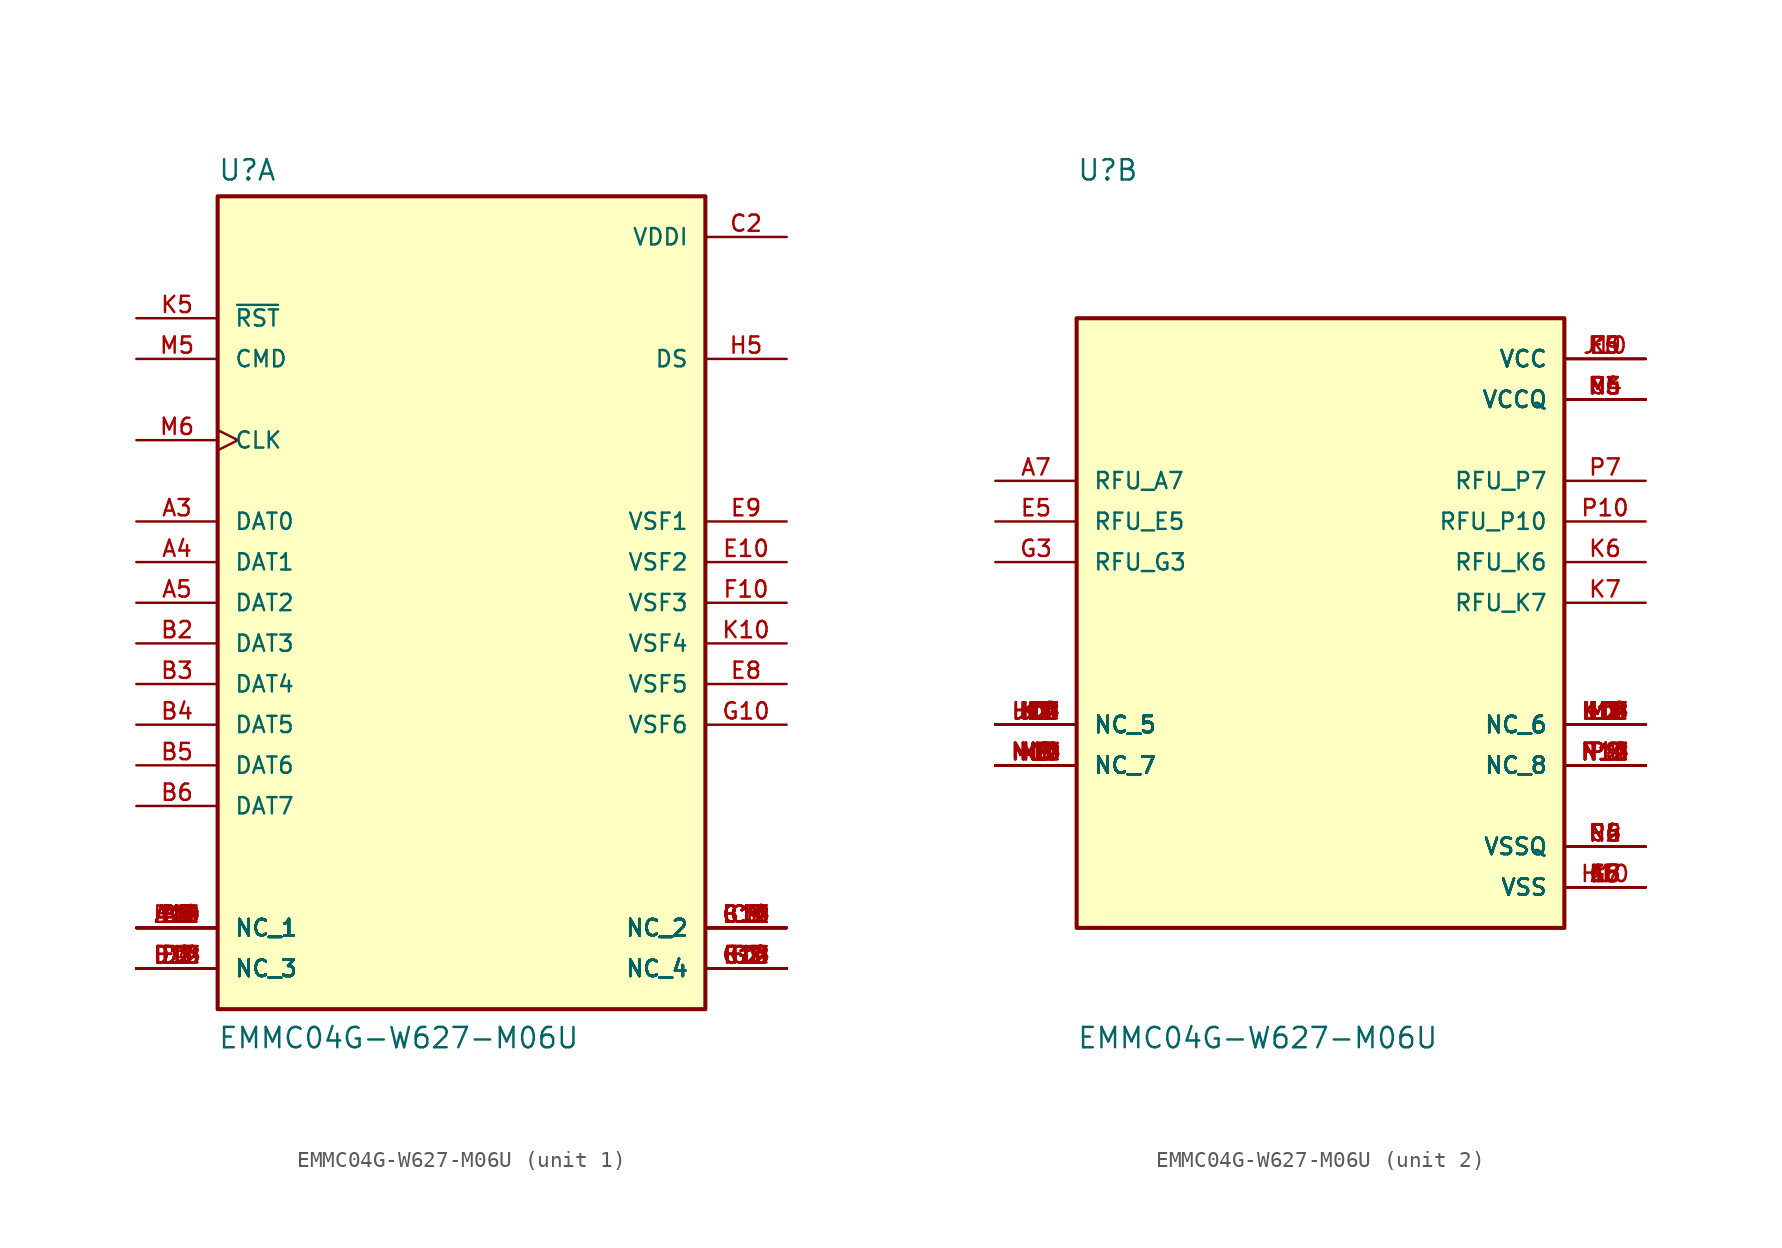
<source format=kicad_sym>
(kicad_symbol_lib
  (version 20211014)
  (generator kicad_symbol_editor)
  (symbol "EMMC04G-W627-M06U"
    (pin_names
      (offset 1.016))
    (property "Reference" "U"
      (at -15.24 26.289 0)
      (effects (font (size 1.27 1.27)) (justify bottom left)))
    (property "Value" "EMMC04G-W627-M06U"
      (at -15.24 -27.94 0)
      (effects (font (size 1.27 1.27)) (justify bottom left)))
    (symbol "EMMC04G-W627-M06U_1_0"
      (rectangle (start -15.24 -25.4) (end 15.24 25.4) (stroke (width 0.254)) (fill (type background)))
      (pin bidirectional line (at -20.32 5.08 0) (length 5.08) (name "DAT0" (effects (font (size 1.016 1.016)))) (number "A3" (effects (font (size 1.016 1.016)))))
      (pin bidirectional line (at -20.32 2.54 0) (length 5.08) (name "DAT1" (effects (font (size 1.016 1.016)))) (number "A4" (effects (font (size 1.016 1.016)))))
      (pin bidirectional line (at -20.32 0.0 0) (length 5.08) (name "DAT2" (effects (font (size 1.016 1.016)))) (number "A5" (effects (font (size 1.016 1.016)))))
      (pin bidirectional line (at -20.32 -2.54 0) (length 5.08) (name "DAT3" (effects (font (size 1.016 1.016)))) (number "B2" (effects (font (size 1.016 1.016)))))
      (pin bidirectional line (at -20.32 -5.08 0) (length 5.08) (name "DAT4" (effects (font (size 1.016 1.016)))) (number "B3" (effects (font (size 1.016 1.016)))))
      (pin bidirectional line (at -20.32 -7.62 0) (length 5.08) (name "DAT5" (effects (font (size 1.016 1.016)))) (number "B4" (effects (font (size 1.016 1.016)))))
      (pin bidirectional line (at -20.32 -10.16 0) (length 5.08) (name "DAT6" (effects (font (size 1.016 1.016)))) (number "B5" (effects (font (size 1.016 1.016)))))
      (pin bidirectional line (at -20.32 -12.7 0) (length 5.08) (name "DAT7" (effects (font (size 1.016 1.016)))) (number "B6" (effects (font (size 1.016 1.016)))))
      (pin bidirectional line (at -20.32 15.24 0) (length 5.08) (name "CMD" (effects (font (size 1.016 1.016)))) (number "M5" (effects (font (size 1.016 1.016)))))
      (pin input clock (at -20.32 10.16 0) (length 5.08) (name "CLK" (effects (font (size 1.016 1.016)))) (number "M6" (effects (font (size 1.016 1.016)))))
      (pin input line (at -20.32 17.78 0) (length 5.08) (name "~{RST}" (effects (font (size 1.016 1.016)))) (number "K5" (effects (font (size 1.016 1.016)))))
      (pin bidirectional line (at 20.32 15.24 180.0) (length 5.08) (name "DS" (effects (font (size 1.016 1.016)))) (number "H5" (effects (font (size 1.016 1.016)))))
      (pin bidirectional line (at 20.32 5.08 180.0) (length 5.08) (name "VSF1" (effects (font (size 1.016 1.016)))) (number "E9" (effects (font (size 1.016 1.016)))))
      (pin bidirectional line (at 20.32 2.54 180.0) (length 5.08) (name "VSF2" (effects (font (size 1.016 1.016)))) (number "E10" (effects (font (size 1.016 1.016)))))
      (pin bidirectional line (at 20.32 0.0 180.0) (length 5.08) (name "VSF3" (effects (font (size 1.016 1.016)))) (number "F10" (effects (font (size 1.016 1.016)))))
      (pin bidirectional line (at 20.32 -2.54 180.0) (length 5.08) (name "VSF4" (effects (font (size 1.016 1.016)))) (number "K10" (effects (font (size 1.016 1.016)))))
      (pin passive line (at 20.32 22.86 180.0) (length 5.08) (name "VDDI" (effects (font (size 1.016 1.016)))) (number "C2" (effects (font (size 1.016 1.016)))))
      (pin passive line (at -20.32 -20.32 0) (length 5.08) (name "NC_1" (effects (font (size 1.016 1.016)))) (number "A1" (effects (font (size 1.016 1.016)))))
      (pin passive line (at -20.32 -20.32 0) (length 5.08) (name "NC_1" (effects (font (size 1.016 1.016)))) (number "A2" (effects (font (size 1.016 1.016)))))
      (pin passive line (at -20.32 -20.32 0) (length 5.08) (name "NC_1" (effects (font (size 1.016 1.016)))) (number "A8" (effects (font (size 1.016 1.016)))))
      (pin passive line (at -20.32 -20.32 0) (length 5.08) (name "NC_1" (effects (font (size 1.016 1.016)))) (number "A9" (effects (font (size 1.016 1.016)))))
      (pin passive line (at -20.32 -20.32 0) (length 5.08) (name "NC_1" (effects (font (size 1.016 1.016)))) (number "A10" (effects (font (size 1.016 1.016)))))
      (pin passive line (at -20.32 -20.32 0) (length 5.08) (name "NC_1" (effects (font (size 1.016 1.016)))) (number "A11" (effects (font (size 1.016 1.016)))))
      (pin passive line (at -20.32 -20.32 0) (length 5.08) (name "NC_1" (effects (font (size 1.016 1.016)))) (number "A12" (effects (font (size 1.016 1.016)))))
      (pin passive line (at -20.32 -20.32 0) (length 5.08) (name "NC_1" (effects (font (size 1.016 1.016)))) (number "A13" (effects (font (size 1.016 1.016)))))
      (pin passive line (at -20.32 -20.32 0) (length 5.08) (name "NC_1" (effects (font (size 1.016 1.016)))) (number "A14" (effects (font (size 1.016 1.016)))))
      (pin passive line (at -20.32 -20.32 0) (length 5.08) (name "NC_1" (effects (font (size 1.016 1.016)))) (number "B1" (effects (font (size 1.016 1.016)))))
      (pin passive line (at -20.32 -20.32 0) (length 5.08) (name "NC_1" (effects (font (size 1.016 1.016)))) (number "B7" (effects (font (size 1.016 1.016)))))
      (pin passive line (at -20.32 -20.32 0) (length 5.08) (name "NC_1" (effects (font (size 1.016 1.016)))) (number "B8" (effects (font (size 1.016 1.016)))))
      (pin passive line (at -20.32 -20.32 0) (length 5.08) (name "NC_1" (effects (font (size 1.016 1.016)))) (number "B9" (effects (font (size 1.016 1.016)))))
      (pin passive line (at -20.32 -20.32 0) (length 5.08) (name "NC_1" (effects (font (size 1.016 1.016)))) (number "B10" (effects (font (size 1.016 1.016)))))
      (pin passive line (at 20.32 -20.32 180.0) (length 5.08) (name "NC_2" (effects (font (size 1.016 1.016)))) (number "B11" (effects (font (size 1.016 1.016)))))
      (pin passive line (at 20.32 -20.32 180.0) (length 5.08) (name "NC_2" (effects (font (size 1.016 1.016)))) (number "B12" (effects (font (size 1.016 1.016)))))
      (pin passive line (at 20.32 -20.32 180.0) (length 5.08) (name "NC_2" (effects (font (size 1.016 1.016)))) (number "B13" (effects (font (size 1.016 1.016)))))
      (pin passive line (at 20.32 -20.32 180.0) (length 5.08) (name "NC_2" (effects (font (size 1.016 1.016)))) (number "B14" (effects (font (size 1.016 1.016)))))
      (pin passive line (at 20.32 -20.32 180.0) (length 5.08) (name "NC_2" (effects (font (size 1.016 1.016)))) (number "C1" (effects (font (size 1.016 1.016)))))
      (pin passive line (at 20.32 -20.32 180.0) (length 5.08) (name "NC_2" (effects (font (size 1.016 1.016)))) (number "C3" (effects (font (size 1.016 1.016)))))
      (pin passive line (at 20.32 -20.32 180.0) (length 5.08) (name "NC_2" (effects (font (size 1.016 1.016)))) (number "C5" (effects (font (size 1.016 1.016)))))
      (pin passive line (at 20.32 -20.32 180.0) (length 5.08) (name "NC_2" (effects (font (size 1.016 1.016)))) (number "C7" (effects (font (size 1.016 1.016)))))
      (pin passive line (at 20.32 -20.32 180.0) (length 5.08) (name "NC_2" (effects (font (size 1.016 1.016)))) (number "C8" (effects (font (size 1.016 1.016)))))
      (pin passive line (at 20.32 -20.32 180.0) (length 5.08) (name "NC_2" (effects (font (size 1.016 1.016)))) (number "C9" (effects (font (size 1.016 1.016)))))
      (pin passive line (at 20.32 -20.32 180.0) (length 5.08) (name "NC_2" (effects (font (size 1.016 1.016)))) (number "C10" (effects (font (size 1.016 1.016)))))
      (pin passive line (at 20.32 -20.32 180.0) (length 5.08) (name "NC_2" (effects (font (size 1.016 1.016)))) (number "C11" (effects (font (size 1.016 1.016)))))
      (pin passive line (at 20.32 -20.32 180.0) (length 5.08) (name "NC_2" (effects (font (size 1.016 1.016)))) (number "C12" (effects (font (size 1.016 1.016)))))
      (pin passive line (at 20.32 -20.32 180.0) (length 5.08) (name "NC_2" (effects (font (size 1.016 1.016)))) (number "C13" (effects (font (size 1.016 1.016)))))
      (pin passive line (at 20.32 -20.32 180.0) (length 5.08) (name "NC_2" (effects (font (size 1.016 1.016)))) (number "C14" (effects (font (size 1.016 1.016)))))
      (pin passive line (at -20.32 -22.86 0) (length 5.08) (name "NC_3" (effects (font (size 1.016 1.016)))) (number "D1" (effects (font (size 1.016 1.016)))))
      (pin passive line (at -20.32 -22.86 0) (length 5.08) (name "NC_3" (effects (font (size 1.016 1.016)))) (number "D2" (effects (font (size 1.016 1.016)))))
      (pin passive line (at -20.32 -22.86 0) (length 5.08) (name "NC_3" (effects (font (size 1.016 1.016)))) (number "D3" (effects (font (size 1.016 1.016)))))
      (pin passive line (at -20.32 -22.86 0) (length 5.08) (name "NC_3" (effects (font (size 1.016 1.016)))) (number "D4" (effects (font (size 1.016 1.016)))))
      (pin passive line (at -20.32 -22.86 0) (length 5.08) (name "NC_3" (effects (font (size 1.016 1.016)))) (number "D12" (effects (font (size 1.016 1.016)))))
      (pin passive line (at -20.32 -22.86 0) (length 5.08) (name "NC_3" (effects (font (size 1.016 1.016)))) (number "D13" (effects (font (size 1.016 1.016)))))
      (pin passive line (at -20.32 -22.86 0) (length 5.08) (name "NC_3" (effects (font (size 1.016 1.016)))) (number "D14" (effects (font (size 1.016 1.016)))))
      (pin passive line (at -20.32 -22.86 0) (length 5.08) (name "NC_3" (effects (font (size 1.016 1.016)))) (number "E1" (effects (font (size 1.016 1.016)))))
      (pin passive line (at -20.32 -22.86 0) (length 5.08) (name "NC_3" (effects (font (size 1.016 1.016)))) (number "E2" (effects (font (size 1.016 1.016)))))
      (pin passive line (at -20.32 -22.86 0) (length 5.08) (name "NC_3" (effects (font (size 1.016 1.016)))) (number "E3" (effects (font (size 1.016 1.016)))))
      (pin passive line (at -20.32 -22.86 0) (length 5.08) (name "NC_3" (effects (font (size 1.016 1.016)))) (number "E12" (effects (font (size 1.016 1.016)))))
      (pin passive line (at -20.32 -22.86 0) (length 5.08) (name "NC_3" (effects (font (size 1.016 1.016)))) (number "E13" (effects (font (size 1.016 1.016)))))
      (pin passive line (at 20.32 -22.86 180.0) (length 5.08) (name "NC_4" (effects (font (size 1.016 1.016)))) (number "E14" (effects (font (size 1.016 1.016)))))
      (pin passive line (at 20.32 -22.86 180.0) (length 5.08) (name "NC_4" (effects (font (size 1.016 1.016)))) (number "F1" (effects (font (size 1.016 1.016)))))
      (pin passive line (at 20.32 -22.86 180.0) (length 5.08) (name "NC_4" (effects (font (size 1.016 1.016)))) (number "F2" (effects (font (size 1.016 1.016)))))
      (pin passive line (at 20.32 -22.86 180.0) (length 5.08) (name "NC_4" (effects (font (size 1.016 1.016)))) (number "F3" (effects (font (size 1.016 1.016)))))
      (pin passive line (at 20.32 -22.86 180.0) (length 5.08) (name "NC_4" (effects (font (size 1.016 1.016)))) (number "F12" (effects (font (size 1.016 1.016)))))
      (pin passive line (at 20.32 -22.86 180.0) (length 5.08) (name "NC_4" (effects (font (size 1.016 1.016)))) (number "F13" (effects (font (size 1.016 1.016)))))
      (pin passive line (at 20.32 -22.86 180.0) (length 5.08) (name "NC_4" (effects (font (size 1.016 1.016)))) (number "F14" (effects (font (size 1.016 1.016)))))
      (pin passive line (at 20.32 -22.86 180.0) (length 5.08) (name "NC_4" (effects (font (size 1.016 1.016)))) (number "G1" (effects (font (size 1.016 1.016)))))
      (pin passive line (at 20.32 -22.86 180.0) (length 5.08) (name "NC_4" (effects (font (size 1.016 1.016)))) (number "G2" (effects (font (size 1.016 1.016)))))
      (pin passive line (at 20.32 -22.86 180.0) (length 5.08) (name "NC_4" (effects (font (size 1.016 1.016)))) (number "G12" (effects (font (size 1.016 1.016)))))
      (pin passive line (at 20.32 -22.86 180.0) (length 5.08) (name "NC_4" (effects (font (size 1.016 1.016)))) (number "G13" (effects (font (size 1.016 1.016)))))
      (pin passive line (at 20.32 -22.86 180.0) (length 5.08) (name "NC_4" (effects (font (size 1.016 1.016)))) (number "G14" (effects (font (size 1.016 1.016)))))
      (pin bidirectional line (at 20.32 -5.08 180.0) (length 5.08) (name "VSF5" (effects (font (size 1.016 1.016)))) (number "E8" (effects (font (size 1.016 1.016)))))
      (pin bidirectional line (at 20.32 -7.62 180.0) (length 5.08) (name "VSF6" (effects (font (size 1.016 1.016)))) (number "G10" (effects (font (size 1.016 1.016))))))
    (symbol "EMMC04G-W627-M06U_2_0"
      (rectangle (start -15.24 -20.32) (end 15.24 17.78) (stroke (width 0.254)) (fill (type background)))
      (pin power_in line (at 20.32 15.24 180.0) (length 5.08) (name "VCC" (effects (font (size 1.016 1.016)))) (number "E6" (effects (font (size 1.016 1.016)))))
      (pin power_in line (at 20.32 15.24 180.0) (length 5.08) (name "VCC" (effects (font (size 1.016 1.016)))) (number "F5" (effects (font (size 1.016 1.016)))))
      (pin power_in line (at 20.32 15.24 180.0) (length 5.08) (name "VCC" (effects (font (size 1.016 1.016)))) (number "J10" (effects (font (size 1.016 1.016)))))
      (pin power_in line (at 20.32 15.24 180.0) (length 5.08) (name "VCC" (effects (font (size 1.016 1.016)))) (number "K9" (effects (font (size 1.016 1.016)))))
      (pin power_in line (at 20.32 12.7 180.0) (length 5.08) (name "VCCQ" (effects (font (size 1.016 1.016)))) (number "C6" (effects (font (size 1.016 1.016)))))
      (pin power_in line (at 20.32 12.7 180.0) (length 5.08) (name "VCCQ" (effects (font (size 1.016 1.016)))) (number "M4" (effects (font (size 1.016 1.016)))))
      (pin power_in line (at 20.32 12.7 180.0) (length 5.08) (name "VCCQ" (effects (font (size 1.016 1.016)))) (number "N4" (effects (font (size 1.016 1.016)))))
      (pin power_in line (at 20.32 12.7 180.0) (length 5.08) (name "VCCQ" (effects (font (size 1.016 1.016)))) (number "P3" (effects (font (size 1.016 1.016)))))
      (pin power_in line (at 20.32 12.7 180.0) (length 5.08) (name "VCCQ" (effects (font (size 1.016 1.016)))) (number "P5" (effects (font (size 1.016 1.016)))))
      (pin power_in line (at 20.32 -17.78 180.0) (length 5.08) (name "VSS" (effects (font (size 1.016 1.016)))) (number "A6" (effects (font (size 1.016 1.016)))))
      (pin power_in line (at 20.32 -17.78 180.0) (length 5.08) (name "VSS" (effects (font (size 1.016 1.016)))) (number "E7" (effects (font (size 1.016 1.016)))))
      (pin power_in line (at 20.32 -17.78 180.0) (length 5.08) (name "VSS" (effects (font (size 1.016 1.016)))) (number "G5" (effects (font (size 1.016 1.016)))))
      (pin power_in line (at 20.32 -17.78 180.0) (length 5.08) (name "VSS" (effects (font (size 1.016 1.016)))) (number "H10" (effects (font (size 1.016 1.016)))))
      (pin power_in line (at 20.32 -17.78 180.0) (length 5.08) (name "VSS" (effects (font (size 1.016 1.016)))) (number "J5" (effects (font (size 1.016 1.016)))))
      (pin power_in line (at 20.32 -17.78 180.0) (length 5.08) (name "VSS" (effects (font (size 1.016 1.016)))) (number "K8" (effects (font (size 1.016 1.016)))))
      (pin power_in line (at 20.32 -15.24 180.0) (length 5.08) (name "VSSQ" (effects (font (size 1.016 1.016)))) (number "C4" (effects (font (size 1.016 1.016)))))
      (pin power_in line (at 20.32 -15.24 180.0) (length 5.08) (name "VSSQ" (effects (font (size 1.016 1.016)))) (number "N2" (effects (font (size 1.016 1.016)))))
      (pin power_in line (at 20.32 -15.24 180.0) (length 5.08) (name "VSSQ" (effects (font (size 1.016 1.016)))) (number "N5" (effects (font (size 1.016 1.016)))))
      (pin power_in line (at 20.32 -15.24 180.0) (length 5.08) (name "VSSQ" (effects (font (size 1.016 1.016)))) (number "P4" (effects (font (size 1.016 1.016)))))
      (pin power_in line (at 20.32 -15.24 180.0) (length 5.08) (name "VSSQ" (effects (font (size 1.016 1.016)))) (number "P6" (effects (font (size 1.016 1.016)))))
      (pin passive line (at -20.32 -7.62 0) (length 5.08) (name "NC_5" (effects (font (size 1.016 1.016)))) (number "H1" (effects (font (size 1.016 1.016)))))
      (pin passive line (at -20.32 -7.62 0) (length 5.08) (name "NC_5" (effects (font (size 1.016 1.016)))) (number "H2" (effects (font (size 1.016 1.016)))))
      (pin passive line (at -20.32 -7.62 0) (length 5.08) (name "NC_5" (effects (font (size 1.016 1.016)))) (number "H3" (effects (font (size 1.016 1.016)))))
      (pin passive line (at -20.32 -7.62 0) (length 5.08) (name "NC_5" (effects (font (size 1.016 1.016)))) (number "H12" (effects (font (size 1.016 1.016)))))
      (pin passive line (at -20.32 -7.62 0) (length 5.08) (name "NC_5" (effects (font (size 1.016 1.016)))) (number "H13" (effects (font (size 1.016 1.016)))))
      (pin passive line (at -20.32 -7.62 0) (length 5.08) (name "NC_5" (effects (font (size 1.016 1.016)))) (number "H14" (effects (font (size 1.016 1.016)))))
      (pin passive line (at -20.32 -7.62 0) (length 5.08) (name "NC_5" (effects (font (size 1.016 1.016)))) (number "J1" (effects (font (size 1.016 1.016)))))
      (pin passive line (at -20.32 -7.62 0) (length 5.08) (name "NC_5" (effects (font (size 1.016 1.016)))) (number "J2" (effects (font (size 1.016 1.016)))))
      (pin passive line (at -20.32 -7.62 0) (length 5.08) (name "NC_5" (effects (font (size 1.016 1.016)))) (number "J3" (effects (font (size 1.016 1.016)))))
      (pin passive line (at -20.32 -7.62 0) (length 5.08) (name "NC_5" (effects (font (size 1.016 1.016)))) (number "J12" (effects (font (size 1.016 1.016)))))
      (pin passive line (at -20.32 -7.62 0) (length 5.08) (name "NC_5" (effects (font (size 1.016 1.016)))) (number "J13" (effects (font (size 1.016 1.016)))))
      (pin passive line (at -20.32 -7.62 0) (length 5.08) (name "NC_5" (effects (font (size 1.016 1.016)))) (number "J14" (effects (font (size 1.016 1.016)))))
      (pin passive line (at -20.32 -7.62 0) (length 5.08) (name "NC_5" (effects (font (size 1.016 1.016)))) (number "K1" (effects (font (size 1.016 1.016)))))
      (pin passive line (at -20.32 -7.62 0) (length 5.08) (name "NC_5" (effects (font (size 1.016 1.016)))) (number "K2" (effects (font (size 1.016 1.016)))))
      (pin passive line (at -20.32 -7.62 0) (length 5.08) (name "NC_5" (effects (font (size 1.016 1.016)))) (number "K3" (effects (font (size 1.016 1.016)))))
      (pin passive line (at 20.32 -7.62 180.0) (length 5.08) (name "NC_6" (effects (font (size 1.016 1.016)))) (number "K12" (effects (font (size 1.016 1.016)))))
      (pin passive line (at 20.32 -7.62 180.0) (length 5.08) (name "NC_6" (effects (font (size 1.016 1.016)))) (number "K13" (effects (font (size 1.016 1.016)))))
      (pin passive line (at 20.32 -7.62 180.0) (length 5.08) (name "NC_6" (effects (font (size 1.016 1.016)))) (number "K14" (effects (font (size 1.016 1.016)))))
      (pin passive line (at 20.32 -7.62 180.0) (length 5.08) (name "NC_6" (effects (font (size 1.016 1.016)))) (number "L1" (effects (font (size 1.016 1.016)))))
      (pin passive line (at 20.32 -7.62 180.0) (length 5.08) (name "NC_6" (effects (font (size 1.016 1.016)))) (number "L2" (effects (font (size 1.016 1.016)))))
      (pin passive line (at 20.32 -7.62 180.0) (length 5.08) (name "NC_6" (effects (font (size 1.016 1.016)))) (number "L3" (effects (font (size 1.016 1.016)))))
      (pin passive line (at 20.32 -7.62 180.0) (length 5.08) (name "NC_6" (effects (font (size 1.016 1.016)))) (number "L12" (effects (font (size 1.016 1.016)))))
      (pin passive line (at 20.32 -7.62 180.0) (length 5.08) (name "NC_6" (effects (font (size 1.016 1.016)))) (number "L13" (effects (font (size 1.016 1.016)))))
      (pin passive line (at 20.32 -7.62 180.0) (length 5.08) (name "NC_6" (effects (font (size 1.016 1.016)))) (number "L14" (effects (font (size 1.016 1.016)))))
      (pin passive line (at 20.32 -7.62 180.0) (length 5.08) (name "NC_6" (effects (font (size 1.016 1.016)))) (number "M1" (effects (font (size 1.016 1.016)))))
      (pin passive line (at 20.32 -7.62 180.0) (length 5.08) (name "NC_6" (effects (font (size 1.016 1.016)))) (number "M2" (effects (font (size 1.016 1.016)))))
      (pin passive line (at 20.32 -7.62 180.0) (length 5.08) (name "NC_6" (effects (font (size 1.016 1.016)))) (number "M3" (effects (font (size 1.016 1.016)))))
      (pin passive line (at 20.32 -7.62 180.0) (length 5.08) (name "NC_6" (effects (font (size 1.016 1.016)))) (number "M7" (effects (font (size 1.016 1.016)))))
      (pin passive line (at -20.32 -10.16 0) (length 5.08) (name "NC_7" (effects (font (size 1.016 1.016)))) (number "M8" (effects (font (size 1.016 1.016)))))
      (pin passive line (at -20.32 -10.16 0) (length 5.08) (name "NC_7" (effects (font (size 1.016 1.016)))) (number "M9" (effects (font (size 1.016 1.016)))))
      (pin passive line (at -20.32 -10.16 0) (length 5.08) (name "NC_7" (effects (font (size 1.016 1.016)))) (number "M10" (effects (font (size 1.016 1.016)))))
      (pin passive line (at -20.32 -10.16 0) (length 5.08) (name "NC_7" (effects (font (size 1.016 1.016)))) (number "M11" (effects (font (size 1.016 1.016)))))
      (pin passive line (at -20.32 -10.16 0) (length 5.08) (name "NC_7" (effects (font (size 1.016 1.016)))) (number "M12" (effects (font (size 1.016 1.016)))))
      (pin passive line (at -20.32 -10.16 0) (length 5.08) (name "NC_7" (effects (font (size 1.016 1.016)))) (number "M13" (effects (font (size 1.016 1.016)))))
      (pin passive line (at -20.32 -10.16 0) (length 5.08) (name "NC_7" (effects (font (size 1.016 1.016)))) (number "M14" (effects (font (size 1.016 1.016)))))
      (pin passive line (at -20.32 -10.16 0) (length 5.08) (name "NC_7" (effects (font (size 1.016 1.016)))) (number "N1" (effects (font (size 1.016 1.016)))))
      (pin passive line (at -20.32 -10.16 0) (length 5.08) (name "NC_7" (effects (font (size 1.016 1.016)))) (number "N3" (effects (font (size 1.016 1.016)))))
      (pin passive line (at -20.32 -10.16 0) (length 5.08) (name "NC_7" (effects (font (size 1.016 1.016)))) (number "N6" (effects (font (size 1.016 1.016)))))
      (pin passive line (at -20.32 -10.16 0) (length 5.08) (name "NC_7" (effects (font (size 1.016 1.016)))) (number "N7" (effects (font (size 1.016 1.016)))))
      (pin passive line (at -20.32 -10.16 0) (length 5.08) (name "NC_7" (effects (font (size 1.016 1.016)))) (number "N8" (effects (font (size 1.016 1.016)))))
      (pin passive line (at -20.32 -10.16 0) (length 5.08) (name "NC_7" (effects (font (size 1.016 1.016)))) (number "N9" (effects (font (size 1.016 1.016)))))
      (pin passive line (at -20.32 -10.16 0) (length 5.08) (name "NC_7" (effects (font (size 1.016 1.016)))) (number "N10" (effects (font (size 1.016 1.016)))))
      (pin passive line (at 20.32 -10.16 180.0) (length 5.08) (name "NC_8" (effects (font (size 1.016 1.016)))) (number "N11" (effects (font (size 1.016 1.016)))))
      (pin passive line (at 20.32 -10.16 180.0) (length 5.08) (name "NC_8" (effects (font (size 1.016 1.016)))) (number "N12" (effects (font (size 1.016 1.016)))))
      (pin passive line (at 20.32 -10.16 180.0) (length 5.08) (name "NC_8" (effects (font (size 1.016 1.016)))) (number "N13" (effects (font (size 1.016 1.016)))))
      (pin passive line (at 20.32 -10.16 180.0) (length 5.08) (name "NC_8" (effects (font (size 1.016 1.016)))) (number "N14" (effects (font (size 1.016 1.016)))))
      (pin passive line (at 20.32 -10.16 180.0) (length 5.08) (name "NC_8" (effects (font (size 1.016 1.016)))) (number "P1" (effects (font (size 1.016 1.016)))))
      (pin passive line (at 20.32 -10.16 180.0) (length 5.08) (name "NC_8" (effects (font (size 1.016 1.016)))) (number "P2" (effects (font (size 1.016 1.016)))))
      (pin passive line (at 20.32 -10.16 180.0) (length 5.08) (name "NC_8" (effects (font (size 1.016 1.016)))) (number "P8" (effects (font (size 1.016 1.016)))))
      (pin passive line (at 20.32 -10.16 180.0) (length 5.08) (name "NC_8" (effects (font (size 1.016 1.016)))) (number "P9" (effects (font (size 1.016 1.016)))))
      (pin passive line (at 20.32 -10.16 180.0) (length 5.08) (name "NC_8" (effects (font (size 1.016 1.016)))) (number "P11" (effects (font (size 1.016 1.016)))))
      (pin passive line (at 20.32 -10.16 180.0) (length 5.08) (name "NC_8" (effects (font (size 1.016 1.016)))) (number "P12" (effects (font (size 1.016 1.016)))))
      (pin passive line (at 20.32 -10.16 180.0) (length 5.08) (name "NC_8" (effects (font (size 1.016 1.016)))) (number "P13" (effects (font (size 1.016 1.016)))))
      (pin passive line (at 20.32 -10.16 180.0) (length 5.08) (name "NC_8" (effects (font (size 1.016 1.016)))) (number "P14" (effects (font (size 1.016 1.016)))))
      (pin passive line (at -20.32 7.62 0) (length 5.08) (name "RFU_A7" (effects (font (size 1.016 1.016)))) (number "A7" (effects (font (size 1.016 1.016)))))
      (pin passive line (at -20.32 5.08 0) (length 5.08) (name "RFU_E5" (effects (font (size 1.016 1.016)))) (number "E5" (effects (font (size 1.016 1.016)))))
      (pin passive line (at -20.32 2.54 0) (length 5.08) (name "RFU_G3" (effects (font (size 1.016 1.016)))) (number "G3" (effects (font (size 1.016 1.016)))))
      (pin passive line (at 20.32 2.54 180.0) (length 5.08) (name "RFU_K6" (effects (font (size 1.016 1.016)))) (number "K6" (effects (font (size 1.016 1.016)))))
      (pin passive line (at 20.32 7.62 180.0) (length 5.08) (name "RFU_P7" (effects (font (size 1.016 1.016)))) (number "P7" (effects (font (size 1.016 1.016)))))
      (pin passive line (at 20.32 0.0 180.0) (length 5.08) (name "RFU_K7" (effects (font (size 1.016 1.016)))) (number "K7" (effects (font (size 1.016 1.016)))))
      (pin passive line (at 20.32 5.08 180.0) (length 5.08) (name "RFU_P10" (effects (font (size 1.016 1.016)))) (number "P10" (effects (font (size 1.016 1.016))))))))
</source>
